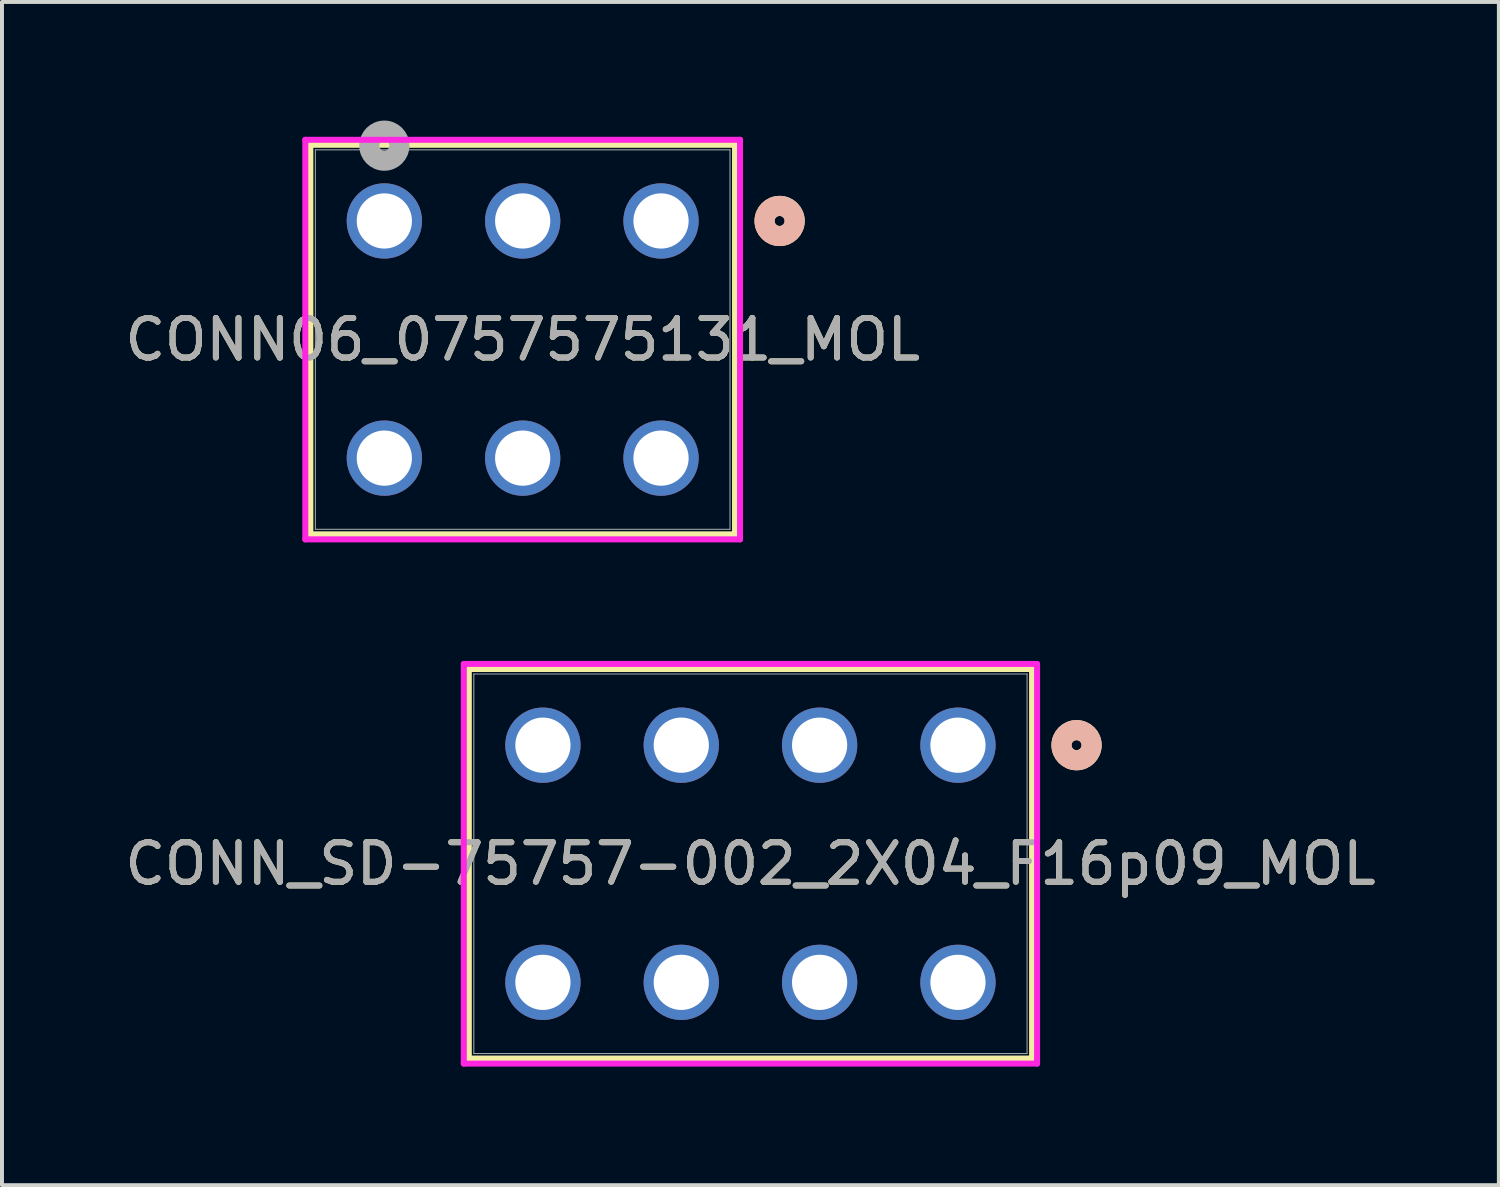
<source format=kicad_pcb>
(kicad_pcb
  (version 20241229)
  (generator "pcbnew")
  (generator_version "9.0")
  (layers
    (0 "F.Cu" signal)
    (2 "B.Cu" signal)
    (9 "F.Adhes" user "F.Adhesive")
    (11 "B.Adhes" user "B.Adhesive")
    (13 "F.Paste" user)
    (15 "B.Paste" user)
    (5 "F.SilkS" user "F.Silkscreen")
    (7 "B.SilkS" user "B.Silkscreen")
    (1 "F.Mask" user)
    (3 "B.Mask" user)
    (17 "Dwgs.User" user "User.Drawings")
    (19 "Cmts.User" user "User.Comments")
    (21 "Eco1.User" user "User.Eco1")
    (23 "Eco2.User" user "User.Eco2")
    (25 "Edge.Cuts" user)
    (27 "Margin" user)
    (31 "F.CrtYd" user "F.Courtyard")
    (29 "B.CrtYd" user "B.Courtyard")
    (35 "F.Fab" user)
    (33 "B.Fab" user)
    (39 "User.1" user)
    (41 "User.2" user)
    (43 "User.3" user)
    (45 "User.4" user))
  (footprint "CONN06_0757575131_MOL"
    (layer "F.Cu")
    (at 6.673 2.54)
    (property "Reference" "CONN06_0757575131_MOL" (at 3.5 3 0) (unlocked yes) (layer "F.SilkS") (effects (font (size 1 1) (thickness 0.15))))
    (attr through_hole)
    (fp_line (start -1.872 -1.927) (end -1.872 7.928) (stroke (width 0.152) (type solid)) (layer "F.SilkS"))
    (fp_line (start -1.872 7.928) (end 8.872 7.928) (stroke (width 0.152) (type solid)) (layer "F.SilkS"))
    (fp_line (start 8.872 -1.927) (end -1.872 -1.927) (stroke (width 0.152) (type solid)) (layer "F.SilkS"))
    (fp_line (start 8.872 7.928) (end 8.872 -1.927) (stroke (width 0.152) (type solid)) (layer "F.SilkS"))
    (fp_circle (center 10 0) (end 10.381 0) (stroke (width 0.508) (type solid)) (fill no) (layer "F.SilkS"))
    (fp_circle (center 10 0) (end 10.381 0) (stroke (width 0.508) (type solid)) (fill no) (layer "B.SilkS"))
    (fp_line (start -1.999 -2.054) (end -1.999 8.055) (stroke (width 0.152) (type solid)) (layer "F.CrtYd"))
    (fp_line (start -1.999 8.055) (end 8.999 8.055) (stroke (width 0.152) (type solid)) (layer "F.CrtYd"))
    (fp_line (start 8.999 -2.054) (end -1.999 -2.054) (stroke (width 0.152) (type solid)) (layer "F.CrtYd"))
    (fp_line (start 8.999 8.055) (end 8.999 -2.054) (stroke (width 0.152) (type solid)) (layer "F.CrtYd"))
    (fp_line (start -1.745 -1.8) (end -1.745 7.801) (stroke (width 0.025) (type solid)) (layer "F.Fab"))
    (fp_line (start -1.745 7.801) (end 8.745 7.801) (stroke (width 0.025) (type solid)) (layer "F.Fab"))
    (fp_line (start 8.745 -1.8) (end -1.745 -1.8) (stroke (width 0.025) (type solid)) (layer "F.Fab"))
    (fp_line (start 8.745 7.801) (end 8.745 -1.8) (stroke (width 0.025) (type solid)) (layer "F.Fab"))
    (fp_circle (center 0 -1.905) (end 0.381 -1.905) (stroke (width 0.508) (type solid)) (fill no) (layer "F.Fab"))
    (fp_text user "${REFERENCE}" (at 3.5 3 0) (unlocked yes) (layer "F.Fab") (effects (font (size 1 1) (thickness 0.15))))
    (pad "1" thru_hole circle (at 7 0) (size 1.905 1.905) (drill 1.397) (layers "*.Cu" "*.Mask"))
    (pad "2" thru_hole circle (at 3.5 0) (size 1.905 1.905) (drill 1.397) (layers "*.Cu" "*.Mask"))
    (pad "3" thru_hole circle (at 0 0) (size 1.905 1.905) (drill 1.397) (layers "*.Cu" "*.Mask"))
    (pad "4" thru_hole circle (at 7 6) (size 1.905 1.905) (drill 1.397) (layers "*.Cu" "*.Mask"))
    (pad "5" thru_hole circle (at 3.5 6) (size 1.905 1.905) (drill 1.397) (layers "*.Cu" "*.Mask"))
    (pad "6" thru_hole circle (at 0 6) (size 1.905 1.905) (drill 1.397) (layers "*.Cu" "*.Mask")))
  (footprint "CONN_SD-75757-002_2X04_F16p09_MOL"
    (layer "F.Cu")
    (at 10.685 15.802)
    (property "Reference" "CONN_SD-75757-002_2X04_F16p09_MOL" (at 5.25 3 0) (unlocked yes) (layer "F.SilkS") (effects (font (size 1 1) (thickness 0.15))))
    (attr through_hole)
    (fp_line (start -1.875 -1.928) (end -1.875 7.928) (stroke (width 0.152) (type solid)) (layer "F.SilkS"))
    (fp_line (start -1.875 7.928) (end 12.375 7.928) (stroke (width 0.152) (type solid)) (layer "F.SilkS"))
    (fp_line (start 12.375 -1.928) (end -1.875 -1.928) (stroke (width 0.152) (type solid)) (layer "F.SilkS"))
    (fp_line (start 12.375 7.928) (end 12.375 -1.928) (stroke (width 0.152) (type solid)) (layer "F.SilkS"))
    (fp_circle (center 13.5 0) (end 13.881 0) (stroke (width 0.508) (type solid)) (fill no) (layer "F.SilkS"))
    (fp_circle (center 13.5 0) (end 13.881 0) (stroke (width 0.508) (type solid)) (fill no) (layer "B.SilkS"))
    (fp_line (start -2.002 -2.055) (end -2.002 8.055) (stroke (width 0.152) (type solid)) (layer "F.CrtYd"))
    (fp_line (start -2.002 8.055) (end 12.502 8.055) (stroke (width 0.152) (type solid)) (layer "F.CrtYd"))
    (fp_line (start 12.502 -2.055) (end -2.002 -2.055) (stroke (width 0.152) (type solid)) (layer "F.CrtYd"))
    (fp_line (start 12.502 8.055) (end 12.502 -2.055) (stroke (width 0.152) (type solid)) (layer "F.CrtYd"))
    (fp_line (start -1.748 -1.801) (end -1.748 7.801) (stroke (width 0.025) (type solid)) (layer "F.Fab"))
    (fp_line (start -1.748 7.801) (end 12.248 7.801) (stroke (width 0.025) (type solid)) (layer "F.Fab"))
    (fp_line (start 12.248 -1.801) (end -1.748 -1.801) (stroke (width 0.025) (type solid)) (layer "F.Fab"))
    (fp_line (start 12.248 7.801) (end 12.248 -1.801) (stroke (width 0.025) (type solid)) (layer "F.Fab"))
    (fp_circle (center 0 0) (end 0.381 0) (stroke (width 0.508) (type solid)) (fill no) (layer "F.Fab"))
    (fp_text user "${REFERENCE}" (at 5.25 3 0) (unlocked yes) (layer "F.Fab") (effects (font (size 1 1) (thickness 0.15))))
    (pad "1" thru_hole circle (at 10.5 0) (size 1.905 1.905) (drill 1.397) (layers "*.Cu" "*.Mask"))
    (pad "2" thru_hole circle (at 7 0) (size 1.905 1.905) (drill 1.397) (layers "*.Cu" "*.Mask"))
    (pad "3" thru_hole circle (at 3.5 0) (size 1.905 1.905) (drill 1.397) (layers "*.Cu" "*.Mask"))
    (pad "4" thru_hole circle (at 0 0) (size 1.905 1.905) (drill 1.397) (layers "*.Cu" "*.Mask"))
    (pad "5" thru_hole circle (at 10.5 6) (size 1.905 1.905) (drill 1.397) (layers "*.Cu" "*.Mask"))
    (pad "6" thru_hole circle (at 7 6) (size 1.905 1.905) (drill 1.397) (layers "*.Cu" "*.Mask"))
    (pad "7" thru_hole circle (at 3.5 6) (size 1.905 1.905) (drill 1.397) (layers "*.Cu" "*.Mask"))
    (pad "8" thru_hole circle (at 0 6) (size 1.905 1.905) (drill 1.397) (layers "*.Cu" "*.Mask")))
  (gr_rect
    (start -3 -3)
    (end 34.869 26.933)
    (stroke (width 0.1) (type default))
    (fill no)
    (layer "Edge.Cuts")))
</source>
